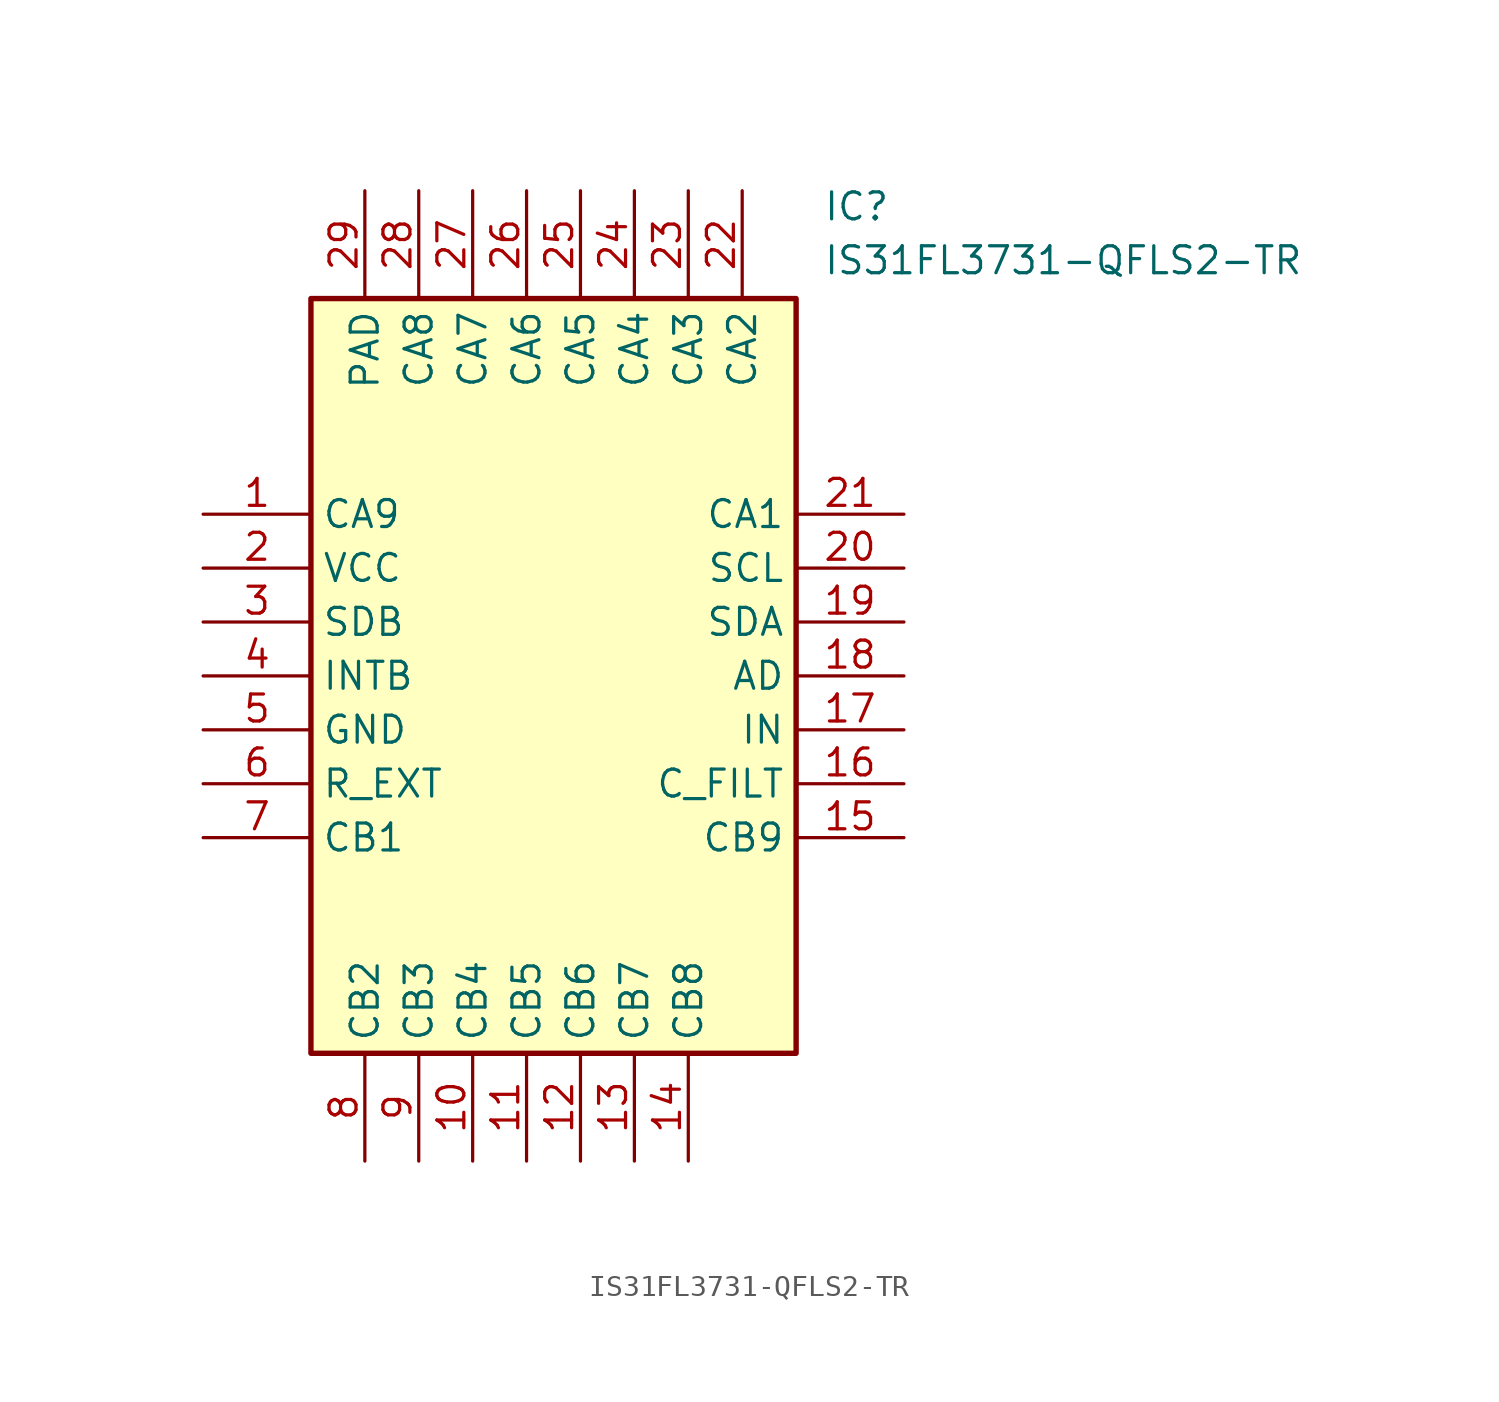
<source format=kicad_sym>
(kicad_symbol_lib
  (version 20211014)
  (generator SamacSys_ECAD_Model)
  (symbol "IS31FL3731-QFLS2-TR"
    (property "Reference" "IC"
      (at 29.21 15.24 0)
      (effects (font (size 1.27 1.27)) (justify left top)))
    (property "Value" "IS31FL3731-QFLS2-TR"
      (at 29.21 12.7 0)
      (effects (font (size 1.27 1.27)) (justify left top)))
    (rectangle
      (start 5.08 10.16)
      (end 27.94 -25.4)
      (stroke (width 0.254) (type default))
      (fill (type background)))
    (pin passive line
      (at 0 0 0)
      (length 5.08)
      (name "CA9" (effects (font (size 1.27 1.27))))
      (number "1" (effects (font (size 1.27 1.27)))))
    (pin passive line
      (at 0 -2.54 0)
      (length 5.08)
      (name "VCC" (effects (font (size 1.27 1.27))))
      (number "2" (effects (font (size 1.27 1.27)))))
    (pin passive line
      (at 0 -5.08 0)
      (length 5.08)
      (name "SDB" (effects (font (size 1.27 1.27))))
      (number "3" (effects (font (size 1.27 1.27)))))
    (pin passive line
      (at 0 -7.62 0)
      (length 5.08)
      (name "INTB" (effects (font (size 1.27 1.27))))
      (number "4" (effects (font (size 1.27 1.27)))))
    (pin passive line
      (at 0 -10.16 0)
      (length 5.08)
      (name "GND" (effects (font (size 1.27 1.27))))
      (number "5" (effects (font (size 1.27 1.27)))))
    (pin passive line
      (at 0 -12.7 0)
      (length 5.08)
      (name "R_EXT" (effects (font (size 1.27 1.27))))
      (number "6" (effects (font (size 1.27 1.27)))))
    (pin passive line
      (at 0 -15.24 0)
      (length 5.08)
      (name "CB1" (effects (font (size 1.27 1.27))))
      (number "7" (effects (font (size 1.27 1.27)))))
    (pin passive line
      (at 7.62 -30.48 90)
      (length 5.08)
      (name "CB2" (effects (font (size 1.27 1.27))))
      (number "8" (effects (font (size 1.27 1.27)))))
    (pin passive line
      (at 10.16 -30.48 90)
      (length 5.08)
      (name "CB3" (effects (font (size 1.27 1.27))))
      (number "9" (effects (font (size 1.27 1.27)))))
    (pin passive line
      (at 12.7 -30.48 90)
      (length 5.08)
      (name "CB4" (effects (font (size 1.27 1.27))))
      (number "10" (effects (font (size 1.27 1.27)))))
    (pin passive line
      (at 15.24 -30.48 90)
      (length 5.08)
      (name "CB5" (effects (font (size 1.27 1.27))))
      (number "11" (effects (font (size 1.27 1.27)))))
    (pin passive line
      (at 17.78 -30.48 90)
      (length 5.08)
      (name "CB6" (effects (font (size 1.27 1.27))))
      (number "12" (effects (font (size 1.27 1.27)))))
    (pin passive line
      (at 20.32 -30.48 90)
      (length 5.08)
      (name "CB7" (effects (font (size 1.27 1.27))))
      (number "13" (effects (font (size 1.27 1.27)))))
    (pin passive line
      (at 22.86 -30.48 90)
      (length 5.08)
      (name "CB8" (effects (font (size 1.27 1.27))))
      (number "14" (effects (font (size 1.27 1.27)))))
    (pin passive line
      (at 33.02 0 180)
      (length 5.08)
      (name "CA1" (effects (font (size 1.27 1.27))))
      (number "21" (effects (font (size 1.27 1.27)))))
    (pin passive line
      (at 33.02 -2.54 180)
      (length 5.08)
      (name "SCL" (effects (font (size 1.27 1.27))))
      (number "20" (effects (font (size 1.27 1.27)))))
    (pin passive line
      (at 33.02 -5.08 180)
      (length 5.08)
      (name "SDA" (effects (font (size 1.27 1.27))))
      (number "19" (effects (font (size 1.27 1.27)))))
    (pin passive line
      (at 33.02 -7.62 180)
      (length 5.08)
      (name "AD" (effects (font (size 1.27 1.27))))
      (number "18" (effects (font (size 1.27 1.27)))))
    (pin passive line
      (at 33.02 -10.16 180)
      (length 5.08)
      (name "IN" (effects (font (size 1.27 1.27))))
      (number "17" (effects (font (size 1.27 1.27)))))
    (pin passive line
      (at 33.02 -12.7 180)
      (length 5.08)
      (name "C_FILT" (effects (font (size 1.27 1.27))))
      (number "16" (effects (font (size 1.27 1.27)))))
    (pin passive line
      (at 33.02 -15.24 180)
      (length 5.08)
      (name "CB9" (effects (font (size 1.27 1.27))))
      (number "15" (effects (font (size 1.27 1.27)))))
    (pin passive line
      (at 7.62 15.24 270)
      (length 5.08)
      (name "PAD" (effects (font (size 1.27 1.27))))
      (number "29" (effects (font (size 1.27 1.27)))))
    (pin passive line
      (at 10.16 15.24 270)
      (length 5.08)
      (name "CA8" (effects (font (size 1.27 1.27))))
      (number "28" (effects (font (size 1.27 1.27)))))
    (pin passive line
      (at 12.7 15.24 270)
      (length 5.08)
      (name "CA7" (effects (font (size 1.27 1.27))))
      (number "27" (effects (font (size 1.27 1.27)))))
    (pin passive line
      (at 15.24 15.24 270)
      (length 5.08)
      (name "CA6" (effects (font (size 1.27 1.27))))
      (number "26" (effects (font (size 1.27 1.27)))))
    (pin passive line
      (at 17.78 15.24 270)
      (length 5.08)
      (name "CA5" (effects (font (size 1.27 1.27))))
      (number "25" (effects (font (size 1.27 1.27)))))
    (pin passive line
      (at 20.32 15.24 270)
      (length 5.08)
      (name "CA4" (effects (font (size 1.27 1.27))))
      (number "24" (effects (font (size 1.27 1.27)))))
    (pin passive line
      (at 22.86 15.24 270)
      (length 5.08)
      (name "CA3" (effects (font (size 1.27 1.27))))
      (number "23" (effects (font (size 1.27 1.27)))))
    (pin passive line
      (at 25.4 15.24 270)
      (length 5.08)
      (name "CA2" (effects (font (size 1.27 1.27))))
      (number "22" (effects (font (size 1.27 1.27)))))))
</source>
